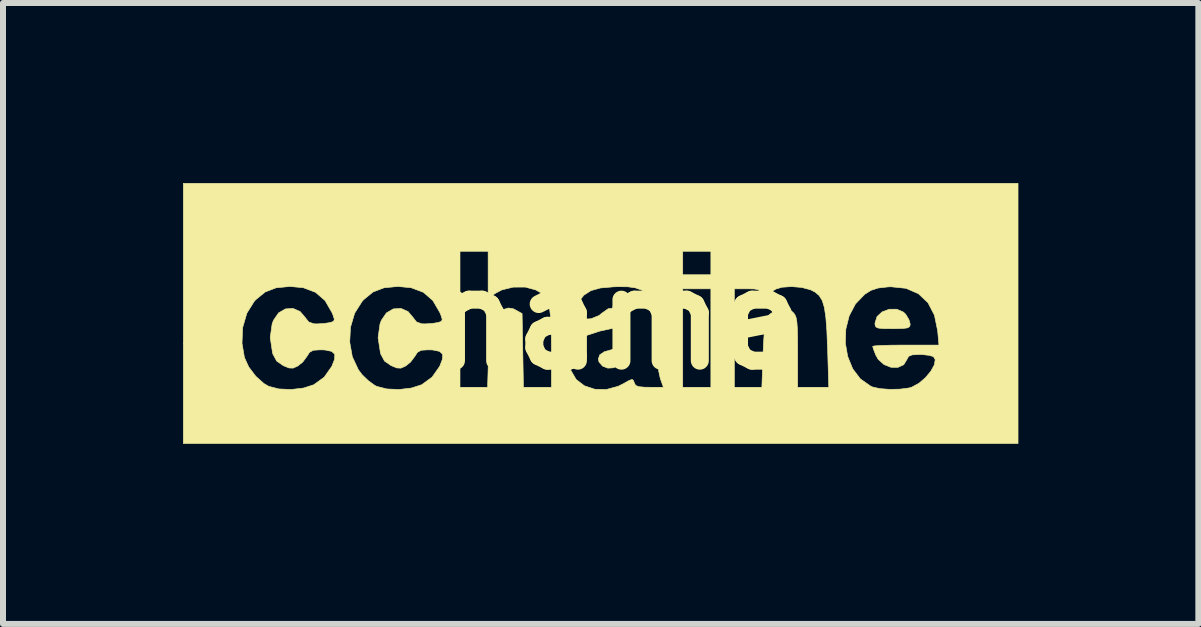
<source format=kicad_pcb>
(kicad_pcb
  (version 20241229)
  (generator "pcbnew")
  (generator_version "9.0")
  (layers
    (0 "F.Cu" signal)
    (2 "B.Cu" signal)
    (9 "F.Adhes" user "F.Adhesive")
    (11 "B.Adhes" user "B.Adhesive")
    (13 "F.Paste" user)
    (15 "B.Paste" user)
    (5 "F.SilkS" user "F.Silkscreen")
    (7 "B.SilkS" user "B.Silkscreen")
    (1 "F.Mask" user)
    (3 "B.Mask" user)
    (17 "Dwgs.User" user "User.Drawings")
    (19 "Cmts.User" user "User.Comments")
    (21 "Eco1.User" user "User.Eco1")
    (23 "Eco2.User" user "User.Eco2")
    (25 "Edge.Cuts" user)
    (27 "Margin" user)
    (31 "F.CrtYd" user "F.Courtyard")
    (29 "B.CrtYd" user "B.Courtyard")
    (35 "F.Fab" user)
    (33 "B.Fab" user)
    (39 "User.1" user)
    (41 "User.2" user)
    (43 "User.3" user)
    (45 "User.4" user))
  (footprint "name"
    (layer "F.Cu")
    (at 7.234 2.271)
    (property "Reference" "name" (at 0 0 0) (layer "F.SilkS") (effects (font (size 1.524 1.524) (thickness 0.3))))
    (attr through_hole)
    (fp_poly (pts (xy 0.195 0.584) (xy 0.183 0.673) (xy 0.131 0.729) (xy 0.06 0.764) (xy -0.066 0.809) (xy -0.155 0.814) (xy -0.237 0.782) (xy -0.244 0.778) (xy -0.301 0.711) (xy -0.313 0.664) (xy -0.289 0.593) (xy -0.211 0.54) (xy -0.07 0.501) (xy 0.01 0.488) (xy 0.195 0.46) (xy 0.195 0.584)) (stroke (width 0.01) (type solid)) (fill yes) (layer "F.SilkS"))
    (fp_poly (pts (xy 4.772 -0.12) (xy 4.811 -0.082) (xy 4.865 0.009) (xy 4.885 0.082) (xy 4.877 0.12) (xy 4.842 0.143) (xy 4.764 0.153) (xy 4.627 0.156) (xy 4.592 0.156) (xy 4.442 0.155) (xy 4.355 0.147) (xy 4.313 0.128) (xy 4.299 0.093) (xy 4.298 0.065) (xy 4.332 -0.045) (xy 4.418 -0.124) (xy 4.535 -0.167) (xy 4.66 -0.168) (xy 4.772 -0.12)) (stroke (width 0.01) (type solid)) (fill yes) (layer "F.SilkS"))
    (fp_poly (pts (xy 6.682 2.071) (xy -7.229 2.071) (xy -7.229 0.399) (xy -6.251 0.399) (xy -6.211 0.636) (xy -6.139 0.794) (xy -6.022 0.949) (xy -5.884 1.072) (xy -5.804 1.118) (xy -5.635 1.161) (xy -5.431 1.17) (xy -5.226 1.146) (xy -5.055 1.091) (xy -4.881 0.965) (xy -4.754 0.784) (xy -4.709 0.669) (xy -4.704 0.585) (xy -4.755 0.535) (xy -4.87 0.511) (xy -4.951 0.509) (xy -5.062 0.516) (xy -5.125 0.55) (xy -5.166 0.614) (xy -5.239 0.713) (xy -5.322 0.779) (xy -5.4 0.814) (xy -5.469 0.811) (xy -5.564 0.772) (xy -5.673 0.696) (xy -5.735 0.582) (xy -5.742 0.559) (xy -5.769 0.38) (xy -4.456 0.38) (xy -4.413 0.623) (xy -4.312 0.84) (xy -4.248 0.925) (xy -4.146 1.023) (xy -4.039 1.101) (xy -4.006 1.118) (xy -3.838 1.161) (xy -3.634 1.17) (xy -3.428 1.146) (xy -3.257 1.091) (xy -3.084 0.965) (xy -2.956 0.784) (xy -2.912 0.669) (xy -2.906 0.585) (xy -2.957 0.535) (xy -3.073 0.511) (xy -3.153 0.509) (xy -3.264 0.516) (xy -3.327 0.55) (xy -3.368 0.614) (xy -3.442 0.713) (xy -3.524 0.779) (xy -3.602 0.814) (xy -3.671 0.811) (xy -3.766 0.772) (xy -3.876 0.696) (xy -3.937 0.582) (xy -3.944 0.559) (xy -3.983 0.306) (xy -3.951 0.079) (xy -3.929 0.018) (xy -3.844 -0.106) (xy -3.729 -0.173) (xy -3.602 -0.181) (xy -3.484 -0.129) (xy -3.407 -0.038) (xy -3.342 0.045) (xy -3.255 0.075) (xy -3.204 0.077) (xy -3.083 0.07) (xy -2.982 0.054) (xy -2.981 0.054) (xy -2.927 0.034) (xy -2.914 -0.001) (xy -2.938 -0.075) (xy -2.953 -0.111) (xy -3.07 -0.312) (xy -3.227 -0.449) (xy -3.432 -0.526) (xy -3.654 -0.547) (xy -3.883 -0.525) (xy -4.067 -0.455) (xy -4.223 -0.327) (xy -4.248 -0.3) (xy -4.374 -0.101) (xy -4.443 0.133) (xy -4.456 0.38) (xy -5.769 0.38) (xy -5.781 0.306) (xy -5.749 0.079) (xy -5.727 0.018) (xy -5.642 -0.106) (xy -5.526 -0.173) (xy -5.4 -0.181) (xy -5.282 -0.129) (xy -5.204 -0.038) (xy -5.139 0.045) (xy -5.053 0.075) (xy -5.002 0.077) (xy -4.881 0.07) (xy -4.78 0.054) (xy -4.778 0.054) (xy -4.725 0.034) (xy -4.712 -0.001) (xy -4.736 -0.075) (xy -4.751 -0.111) (xy -4.867 -0.312) (xy -5.025 -0.449) (xy -5.229 -0.526) (xy -5.451 -0.547) (xy -5.681 -0.525) (xy -5.864 -0.455) (xy -6.021 -0.327) (xy -6.046 -0.3) (xy -6.17 -0.102) (xy -6.24 0.137) (xy -6.251 0.399) (xy -7.229 0.399) (xy -7.229 -1.133) (xy -2.618 -1.133) (xy -2.618 1.133) (xy -2.158 1.133) (xy -2.142 0.596) (xy -2.133 0.382) (xy -2.119 0.198) (xy -2.101 0.059) (xy -2.083 -0.02) (xy -2.081 -0.024) (xy -2.013 -0.096) (xy -1.913 -0.157) (xy -1.911 -0.158) (xy -1.811 -0.188) (xy -1.732 -0.176) (xy -1.685 -0.152) (xy -1.583 -0.095) (xy -1.572 0.519) (xy -1.561 1.133) (xy -1.094 1.133) (xy -1.094 0.696) (xy -0.797 0.696) (xy -0.77 0.852) (xy -0.682 1.003) (xy -0.544 1.109) (xy -0.371 1.166) (xy -0.178 1.17) (xy 0.019 1.116) (xy 0.1 1.076) (xy 0.199 1.02) (xy 0.25 1.002) (xy 0.274 1.021) (xy 0.285 1.056) (xy 0.308 1.1) (xy 0.359 1.123) (xy 0.458 1.132) (xy 0.539 1.133) (xy 0.772 1.133) (xy 0.72 0.987) (xy 0.694 0.867) (xy 0.676 0.678) (xy 0.667 0.431) (xy 0.666 0.32) (xy 0.662 0.066) (xy 0.648 -0.123) (xy 0.622 -0.26) (xy 0.578 -0.356) (xy 0.512 -0.426) (xy 0.421 -0.48) (xy 0.408 -0.487) (xy 0.349 -0.508) (xy 1.094 -0.508) (xy 1.094 1.133) (xy 1.563 1.133) (xy 1.563 -0.508) (xy 1.954 -0.508) (xy 1.954 1.133) (xy 2.413 1.133) (xy 2.432 0.596) (xy 2.441 0.394) (xy 2.453 0.215) (xy 2.466 0.078) (xy 2.478 -0.002) (xy 2.481 -0.011) (xy 2.541 -0.082) (xy 2.643 -0.149) (xy 2.752 -0.19) (xy 2.792 -0.195) (xy 2.863 -0.169) (xy 2.931 -0.117) (xy 2.961 -0.081) (xy 2.982 -0.033) (xy 2.996 0.04) (xy 3.004 0.15) (xy 3.008 0.311) (xy 3.009 0.537) (xy 3.009 0.547) (xy 3.009 1.133) (xy 3.528 1.133) (xy 3.508 0.476) (xy 3.504 0.395) (xy 3.804 0.395) (xy 3.843 0.62) (xy 3.926 0.824) (xy 4.054 0.993) (xy 4.224 1.113) (xy 4.259 1.129) (xy 4.381 1.156) (xy 4.545 1.168) (xy 4.717 1.164) (xy 4.863 1.145) (xy 4.911 1.131) (xy 5.031 1.066) (xy 5.14 0.972) (xy 5.229 0.865) (xy 5.287 0.76) (xy 5.302 0.673) (xy 5.272 0.622) (xy 5.201 0.601) (xy 5.087 0.588) (xy 5.036 0.587) (xy 4.919 0.593) (xy 4.859 0.617) (xy 4.834 0.663) (xy 4.777 0.757) (xy 4.681 0.801) (xy 4.564 0.8) (xy 4.448 0.754) (xy 4.352 0.668) (xy 4.313 0.6) (xy 4.277 0.509) (xy 4.26 0.454) (xy 4.259 0.451) (xy 4.296 0.443) (xy 4.397 0.437) (xy 4.548 0.432) (xy 4.736 0.43) (xy 4.812 0.43) (xy 5.364 0.43) (xy 5.343 0.195) (xy 5.289 -0.068) (xy 5.181 -0.276) (xy 5.022 -0.426) (xy 4.815 -0.516) (xy 4.564 -0.542) (xy 4.516 -0.54) (xy 4.351 -0.521) (xy 4.231 -0.482) (xy 4.127 -0.416) (xy 3.972 -0.255) (xy 3.868 -0.057) (xy 3.812 0.165) (xy 3.804 0.395) (xy 3.504 0.395) (xy 3.496 0.188) (xy 3.479 -0.032) (xy 3.455 -0.195) (xy 3.419 -0.313) (xy 3.368 -0.395) (xy 3.3 -0.453) (xy 3.223 -0.492) (xy 3.076 -0.531) (xy 2.906 -0.545) (xy 2.747 -0.534) (xy 2.645 -0.503) (xy 2.551 -0.443) (xy 2.472 -0.379) (xy 2.384 -0.299) (xy 2.384 -0.403) (xy 2.379 -0.463) (xy 2.352 -0.494) (xy 2.283 -0.506) (xy 2.169 -0.508) (xy 1.954 -0.508) (xy 1.563 -0.508) (xy 1.094 -0.508) (xy 0.349 -0.508) (xy 0.304 -0.524) (xy 0.177 -0.542) (xy 0.003 -0.543) (xy -0.06 -0.541) (xy -0.277 -0.522) (xy -0.435 -0.478) (xy -0.553 -0.402) (xy -0.648 -0.283) (xy -0.684 -0.221) (xy -0.73 -0.126) (xy -0.737 -0.074) (xy -0.706 -0.041) (xy -0.703 -0.039) (xy -0.579 0.000433) (xy -0.433 -0.009) (xy -0.3 -0.063) (xy -0.258 -0.098) (xy -0.148 -0.176) (xy -0.027 -0.19) (xy 0.095 -0.157) (xy 0.177 -0.098) (xy 0.195 -0.024) (xy 0.185 0.031) (xy 0.146 0.075) (xy 0.066 0.112) (xy -0.066 0.149) (xy -0.263 0.192) (xy -0.284 0.196) (xy -0.502 0.267) (xy -0.664 0.379) (xy -0.764 0.524) (xy -0.797 0.696) (xy -1.094 0.696) (xy -1.094 0.485) (xy -1.097 0.199) (xy -1.106 -0.019) (xy -1.126 -0.182) (xy -1.159 -0.299) (xy -1.207 -0.383) (xy -1.275 -0.444) (xy -1.357 -0.49) (xy -1.532 -0.537) (xy -1.731 -0.536) (xy -1.92 -0.49) (xy -2.026 -0.434) (xy -2.149 -0.346) (xy -2.149 -1.133) (xy 1.094 -1.133) (xy 1.094 -0.742) (xy 1.563 -0.742) (xy 1.563 -1.133) (xy 1.094 -1.133) (xy -2.149 -1.133) (xy -2.618 -1.133) (xy -7.229 -1.133) (xy -7.229 -2.266) (xy 6.682 -2.266) (xy 6.682 2.071)) (stroke (width 0.01) (type solid)) (fill yes) (layer "F.SilkS")))
  (gr_rect
    (start -3 -3)
    (end 16.921 7.348)
    (stroke (width 0.1) (type default))
    (fill no)
    (layer "Edge.Cuts")))
</source>
